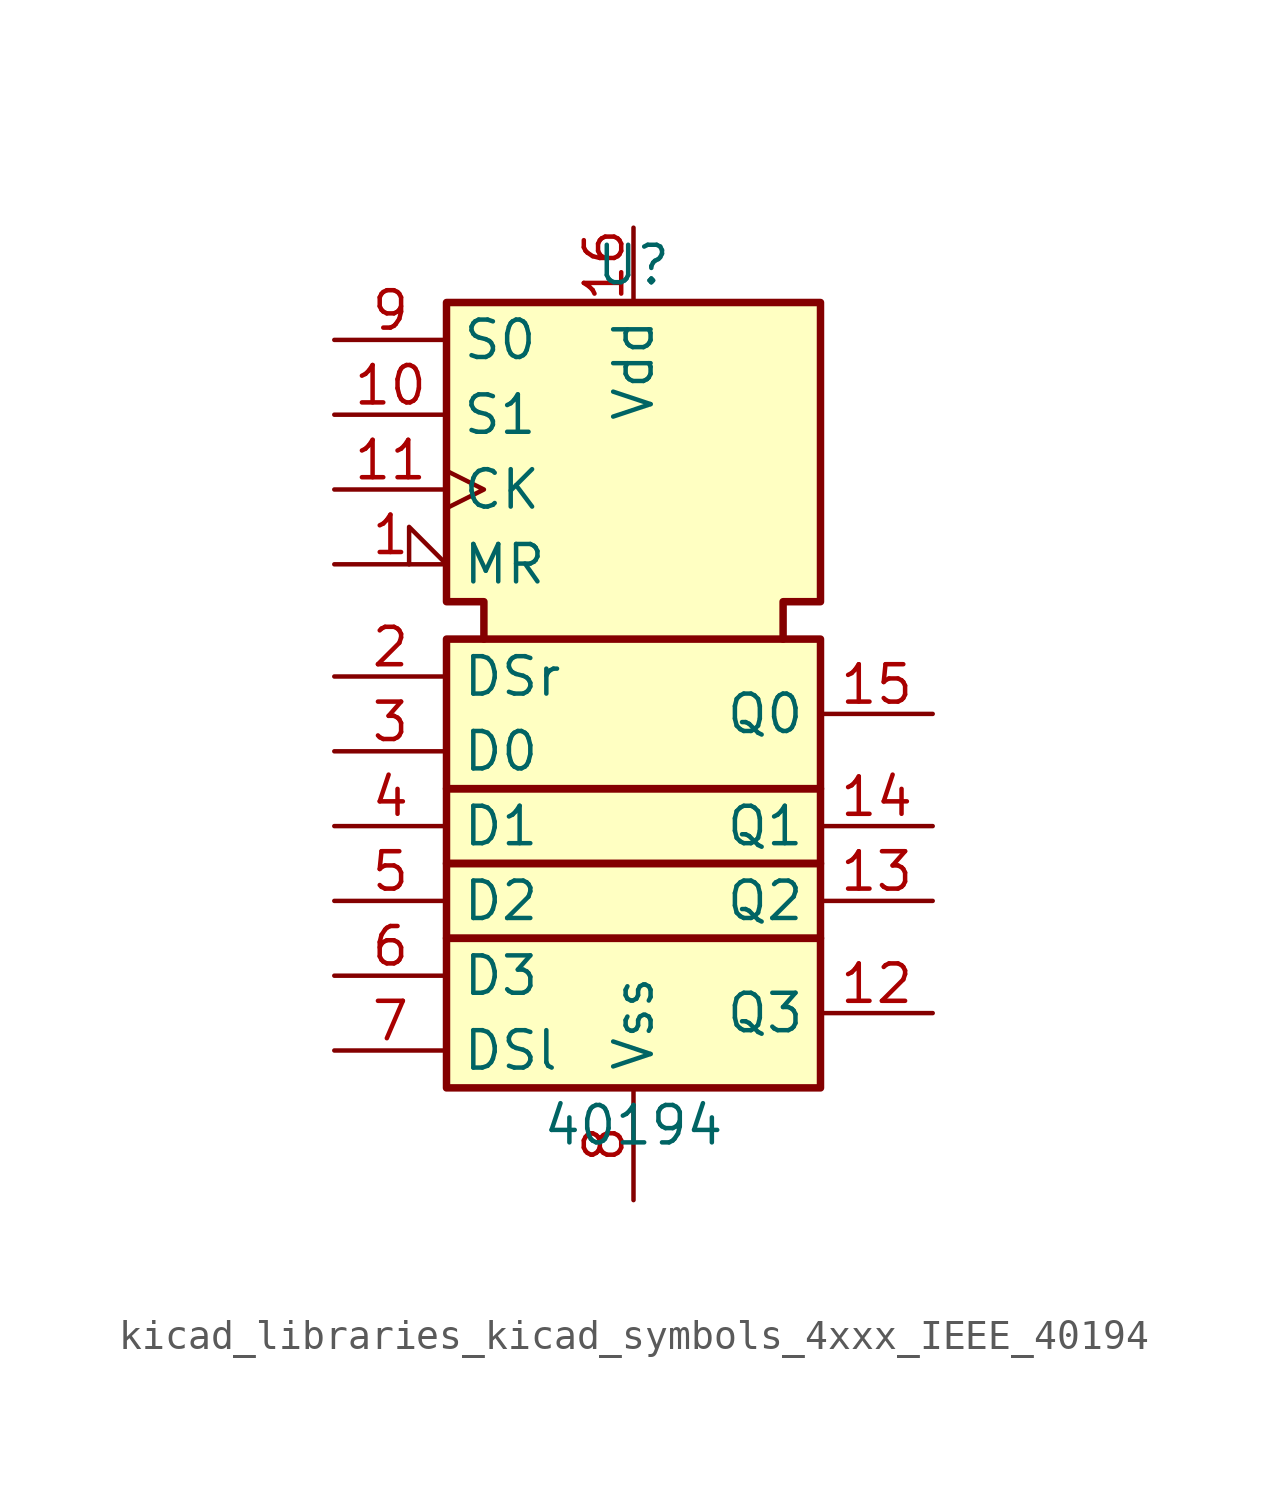
<source format=kicad_sym>
(kicad_symbol_lib
  (version 20220914)
  (generator kicad_symbol_editor)
  (symbol "kicad_libraries_kicad_symbols_4xxx_IEEE_40194"
    (property "Reference" "U"
      (at 0 13.97 0)
      (effects (font (size 1.27 1.27))))
    (property "Value" "40194"
      (at 0 -15.24 0)
      (effects (font (size 1.27 1.27))))
    (symbol "kicad_libraries_kicad_symbols_4xxx_IEEE_40194_0_0"
      (rectangle (start -6.35 -8.89) (end 6.35 -13.97) (stroke (width 0.254) (type default)) (fill (type background)))
      (rectangle (start -6.35 -6.35) (end 6.35 -8.89) (stroke (width 0.254) (type default)) (fill (type background))))
    (symbol "kicad_libraries_kicad_symbols_4xxx_IEEE_40194_0_1"
      (rectangle (start -6.35 -3.81) (end 6.35 -6.35) (stroke (width 0.254) (type default)) (fill (type background)))
      (rectangle (start -6.35 1.27) (end 6.35 -3.81) (stroke (width 0.254) (type default)) (fill (type background)))
      (polyline (pts (xy -5.08 1.27) (xy -5.08 2.54) (xy -6.35 2.54) (xy -6.35 12.7) (xy 6.35 12.7) (xy 6.35 2.54) (xy 5.08 2.54) (xy 5.08 1.27) (xy 5.08 1.27)) (stroke (width 0.254) (type default)) (fill (type background)))
      (pin power_in line (at 0 15.24 270) (length 2.54) (name "Vdd" (effects (font (size 1.27 1.27)))) (number "16" (effects (font (size 1.27 1.27)))))
      (pin power_in line (at 0 -17.78 90) (length 3.81) (name "Vss" (effects (font (size 1.27 1.27)))) (number "8" (effects (font (size 1.27 1.27))))))
    (symbol "kicad_libraries_kicad_symbols_4xxx_IEEE_40194_1_1"
      (pin input input_low (at -10.16 3.81 0) (length 3.81) (name "MR" (effects (font (size 1.27 1.27)))) (number "1" (effects (font (size 1.27 1.27)))))
      (pin input line (at -10.16 8.89 0) (length 3.81) (name "S1" (effects (font (size 1.27 1.27)))) (number "10" (effects (font (size 1.27 1.27)))))
      (pin input clock (at -10.16 6.35 0) (length 3.81) (name "CK" (effects (font (size 1.27 1.27)))) (number "11" (effects (font (size 1.27 1.27)))))
      (pin output line (at 10.16 -11.43 180) (length 3.81) (name "Q3" (effects (font (size 1.27 1.27)))) (number "12" (effects (font (size 1.27 1.27)))))
      (pin output line (at 10.16 -7.62 180) (length 3.81) (name "Q2" (effects (font (size 1.27 1.27)))) (number "13" (effects (font (size 1.27 1.27)))))
      (pin output line (at 10.16 -5.08 180) (length 3.81) (name "Q1" (effects (font (size 1.27 1.27)))) (number "14" (effects (font (size 1.27 1.27)))))
      (pin output line (at 10.16 -1.27 180) (length 3.81) (name "Q0" (effects (font (size 1.27 1.27)))) (number "15" (effects (font (size 1.27 1.27)))))
      (pin input line (at -10.16 0 0) (length 3.81) (name "DSr" (effects (font (size 1.27 1.27)))) (number "2" (effects (font (size 1.27 1.27)))))
      (pin input line (at -10.16 -2.54 0) (length 3.81) (name "D0" (effects (font (size 1.27 1.27)))) (number "3" (effects (font (size 1.27 1.27)))))
      (pin input line (at -10.16 -5.08 0) (length 3.81) (name "D1" (effects (font (size 1.27 1.27)))) (number "4" (effects (font (size 1.27 1.27)))))
      (pin input line (at -10.16 -7.62 0) (length 3.81) (name "D2" (effects (font (size 1.27 1.27)))) (number "5" (effects (font (size 1.27 1.27)))))
      (pin input line (at -10.16 -10.16 0) (length 3.81) (name "D3" (effects (font (size 1.27 1.27)))) (number "6" (effects (font (size 1.27 1.27)))))
      (pin input line (at -10.16 -12.7 0) (length 3.81) (name "DSl" (effects (font (size 1.27 1.27)))) (number "7" (effects (font (size 1.27 1.27)))))
      (pin input line (at -10.16 11.43 0) (length 3.81) (name "S0" (effects (font (size 1.27 1.27)))) (number "9" (effects (font (size 1.27 1.27))))))))
</source>
